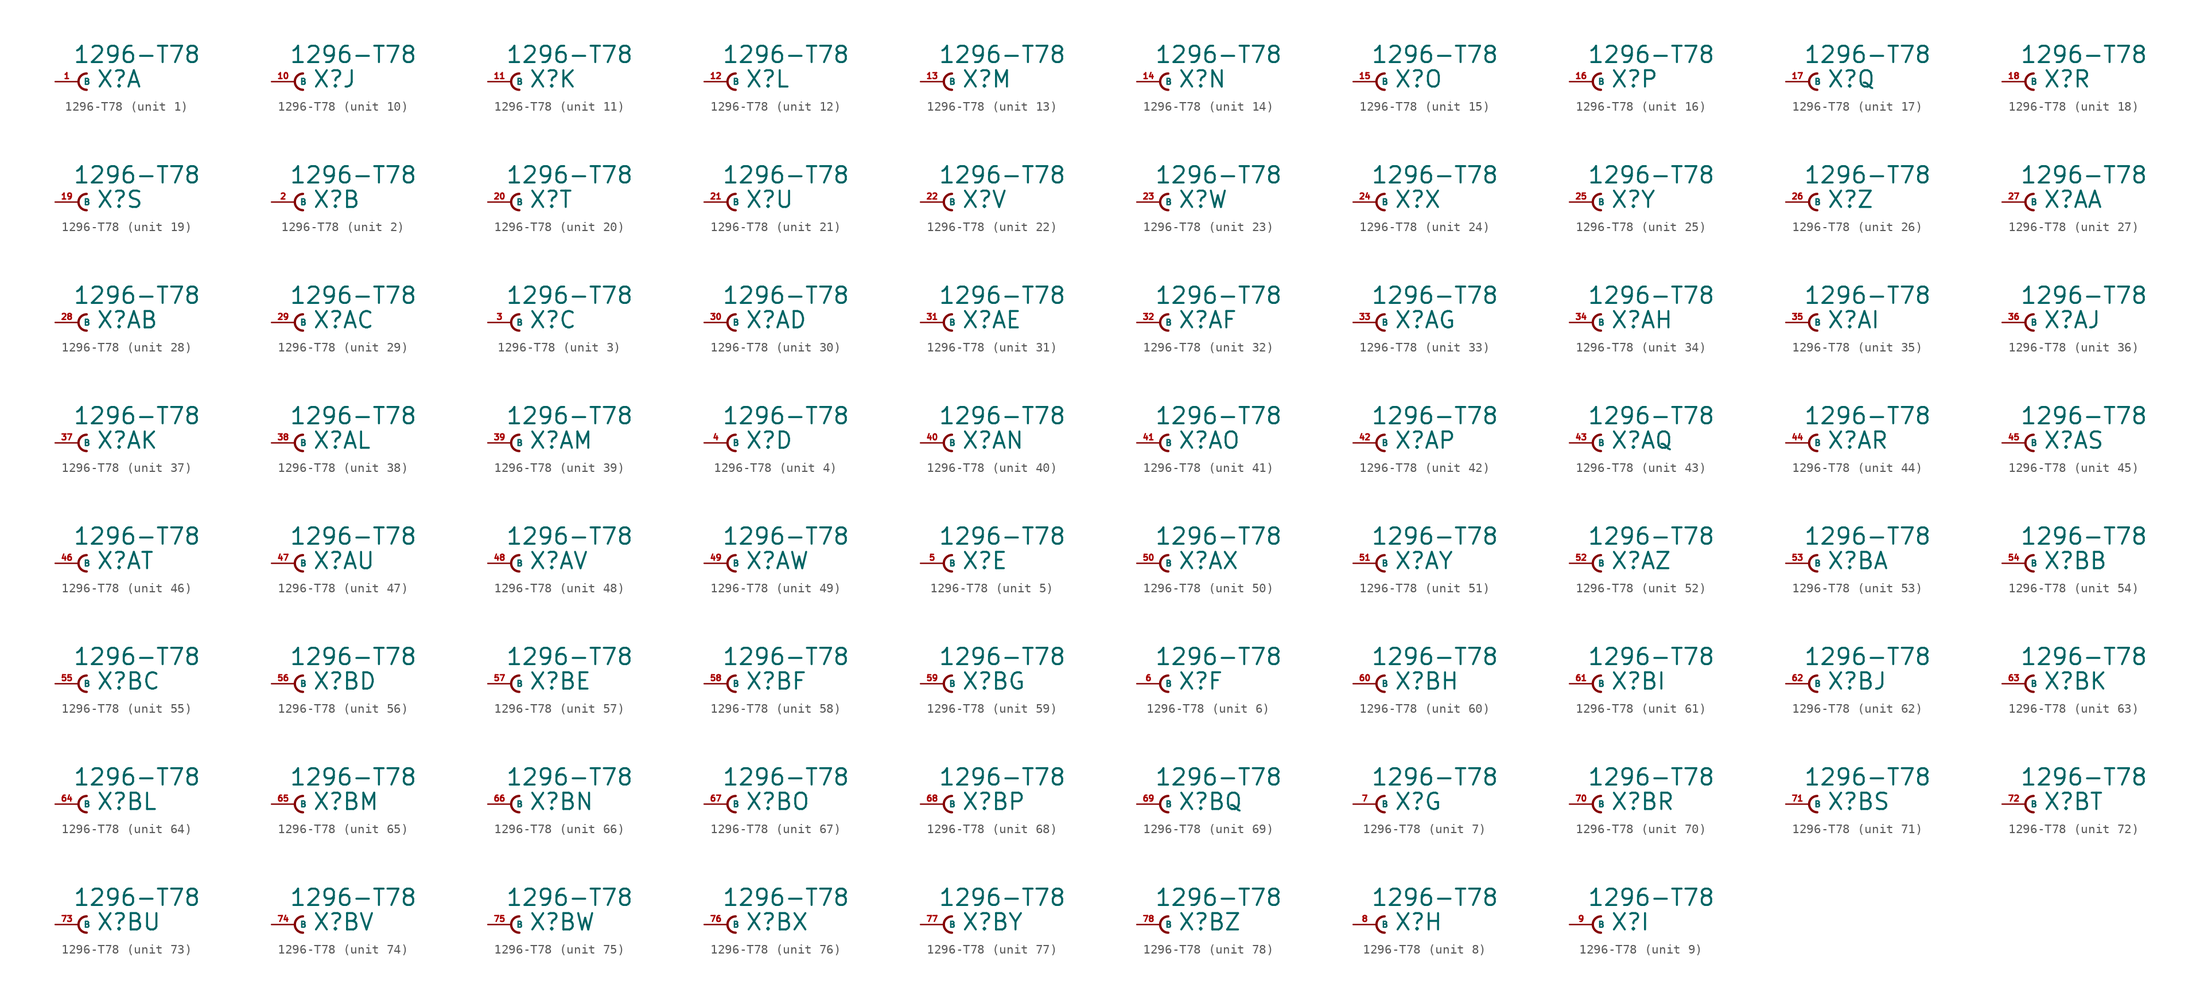
<source format=kicad_sym>
(kicad_symbol_lib
  (version 20220914)
  (generator Eagle2Kicad)
  (symbol "1296-T78"
    (property "Reference" "X"
      (at 1.905 -0.762 0)
      (effects (font (size 1.778 1.778) (thickness 0.22)) (justify left bottom)))
    (property "Value" "1296-T78"
      (at -0.635 1.905 0)
      (effects (font (size 1.778 1.778) (thickness 0.22)) (justify left bottom)))
    (symbol "1296-T78_1_0"
      (arc (start 0.889 0.889) (mid 0.000 0.000) (end 0.889 -0.889) (stroke (width 0.254) (type default)) (fill (type none)))
      (pin passive line (at -2.54 0 0) (length 2.54) (name "B" (effects (font (size 0.635 0.635) (thickness 0.08)) (justify left bottom))) (number "1" (effects (font (size 0.635 0.635) (thickness 0.08)) (justify left bottom)))))
    (symbol "1296-T78_2_0"
      (arc (start 0.889 0.889) (mid 0.000 0.000) (end 0.889 -0.889) (stroke (width 0.254) (type default)) (fill (type none)))
      (pin passive line (at -2.54 0 0) (length 2.54) (name "B" (effects (font (size 0.635 0.635) (thickness 0.08)) (justify left bottom))) (number "2" (effects (font (size 0.635 0.635) (thickness 0.08)) (justify left bottom)))))
    (symbol "1296-T78_3_0"
      (arc (start 0.889 0.889) (mid 0.000 0.000) (end 0.889 -0.889) (stroke (width 0.254) (type default)) (fill (type none)))
      (pin passive line (at -2.54 0 0) (length 2.54) (name "B" (effects (font (size 0.635 0.635) (thickness 0.08)) (justify left bottom))) (number "3" (effects (font (size 0.635 0.635) (thickness 0.08)) (justify left bottom)))))
    (symbol "1296-T78_4_0"
      (arc (start 0.889 0.889) (mid 0.000 0.000) (end 0.889 -0.889) (stroke (width 0.254) (type default)) (fill (type none)))
      (pin passive line (at -2.54 0 0) (length 2.54) (name "B" (effects (font (size 0.635 0.635) (thickness 0.08)) (justify left bottom))) (number "4" (effects (font (size 0.635 0.635) (thickness 0.08)) (justify left bottom)))))
    (symbol "1296-T78_5_0"
      (arc (start 0.889 0.889) (mid 0.000 0.000) (end 0.889 -0.889) (stroke (width 0.254) (type default)) (fill (type none)))
      (pin passive line (at -2.54 0 0) (length 2.54) (name "B" (effects (font (size 0.635 0.635) (thickness 0.08)) (justify left bottom))) (number "5" (effects (font (size 0.635 0.635) (thickness 0.08)) (justify left bottom)))))
    (symbol "1296-T78_6_0"
      (arc (start 0.889 0.889) (mid 0.000 0.000) (end 0.889 -0.889) (stroke (width 0.254) (type default)) (fill (type none)))
      (pin passive line (at -2.54 0 0) (length 2.54) (name "B" (effects (font (size 0.635 0.635) (thickness 0.08)) (justify left bottom))) (number "6" (effects (font (size 0.635 0.635) (thickness 0.08)) (justify left bottom)))))
    (symbol "1296-T78_7_0"
      (arc (start 0.889 0.889) (mid 0.000 0.000) (end 0.889 -0.889) (stroke (width 0.254) (type default)) (fill (type none)))
      (pin passive line (at -2.54 0 0) (length 2.54) (name "B" (effects (font (size 0.635 0.635) (thickness 0.08)) (justify left bottom))) (number "7" (effects (font (size 0.635 0.635) (thickness 0.08)) (justify left bottom)))))
    (symbol "1296-T78_8_0"
      (arc (start 0.889 0.889) (mid 0.000 0.000) (end 0.889 -0.889) (stroke (width 0.254) (type default)) (fill (type none)))
      (pin passive line (at -2.54 0 0) (length 2.54) (name "B" (effects (font (size 0.635 0.635) (thickness 0.08)) (justify left bottom))) (number "8" (effects (font (size 0.635 0.635) (thickness 0.08)) (justify left bottom)))))
    (symbol "1296-T78_9_0"
      (arc (start 0.889 0.889) (mid 0.000 0.000) (end 0.889 -0.889) (stroke (width 0.254) (type default)) (fill (type none)))
      (pin passive line (at -2.54 0 0) (length 2.54) (name "B" (effects (font (size 0.635 0.635) (thickness 0.08)) (justify left bottom))) (number "9" (effects (font (size 0.635 0.635) (thickness 0.08)) (justify left bottom)))))
    (symbol "1296-T78_10_0"
      (arc (start 0.889 0.889) (mid 0.000 0.000) (end 0.889 -0.889) (stroke (width 0.254) (type default)) (fill (type none)))
      (pin passive line (at -2.54 0 0) (length 2.54) (name "B" (effects (font (size 0.635 0.635) (thickness 0.08)) (justify left bottom))) (number "10" (effects (font (size 0.635 0.635) (thickness 0.08)) (justify left bottom)))))
    (symbol "1296-T78_11_0"
      (arc (start 0.889 0.889) (mid 0.000 0.000) (end 0.889 -0.889) (stroke (width 0.254) (type default)) (fill (type none)))
      (pin passive line (at -2.54 0 0) (length 2.54) (name "B" (effects (font (size 0.635 0.635) (thickness 0.08)) (justify left bottom))) (number "11" (effects (font (size 0.635 0.635) (thickness 0.08)) (justify left bottom)))))
    (symbol "1296-T78_12_0"
      (arc (start 0.889 0.889) (mid 0.000 0.000) (end 0.889 -0.889) (stroke (width 0.254) (type default)) (fill (type none)))
      (pin passive line (at -2.54 0 0) (length 2.54) (name "B" (effects (font (size 0.635 0.635) (thickness 0.08)) (justify left bottom))) (number "12" (effects (font (size 0.635 0.635) (thickness 0.08)) (justify left bottom)))))
    (symbol "1296-T78_13_0"
      (arc (start 0.889 0.889) (mid 0.000 0.000) (end 0.889 -0.889) (stroke (width 0.254) (type default)) (fill (type none)))
      (pin passive line (at -2.54 0 0) (length 2.54) (name "B" (effects (font (size 0.635 0.635) (thickness 0.08)) (justify left bottom))) (number "13" (effects (font (size 0.635 0.635) (thickness 0.08)) (justify left bottom)))))
    (symbol "1296-T78_14_0"
      (arc (start 0.889 0.889) (mid 0.000 0.000) (end 0.889 -0.889) (stroke (width 0.254) (type default)) (fill (type none)))
      (pin passive line (at -2.54 0 0) (length 2.54) (name "B" (effects (font (size 0.635 0.635) (thickness 0.08)) (justify left bottom))) (number "14" (effects (font (size 0.635 0.635) (thickness 0.08)) (justify left bottom)))))
    (symbol "1296-T78_15_0"
      (arc (start 0.889 0.889) (mid 0.000 0.000) (end 0.889 -0.889) (stroke (width 0.254) (type default)) (fill (type none)))
      (pin passive line (at -2.54 0 0) (length 2.54) (name "B" (effects (font (size 0.635 0.635) (thickness 0.08)) (justify left bottom))) (number "15" (effects (font (size 0.635 0.635) (thickness 0.08)) (justify left bottom)))))
    (symbol "1296-T78_16_0"
      (arc (start 0.889 0.889) (mid 0.000 0.000) (end 0.889 -0.889) (stroke (width 0.254) (type default)) (fill (type none)))
      (pin passive line (at -2.54 0 0) (length 2.54) (name "B" (effects (font (size 0.635 0.635) (thickness 0.08)) (justify left bottom))) (number "16" (effects (font (size 0.635 0.635) (thickness 0.08)) (justify left bottom)))))
    (symbol "1296-T78_17_0"
      (arc (start 0.889 0.889) (mid 0.000 0.000) (end 0.889 -0.889) (stroke (width 0.254) (type default)) (fill (type none)))
      (pin passive line (at -2.54 0 0) (length 2.54) (name "B" (effects (font (size 0.635 0.635) (thickness 0.08)) (justify left bottom))) (number "17" (effects (font (size 0.635 0.635) (thickness 0.08)) (justify left bottom)))))
    (symbol "1296-T78_18_0"
      (arc (start 0.889 0.889) (mid 0.000 0.000) (end 0.889 -0.889) (stroke (width 0.254) (type default)) (fill (type none)))
      (pin passive line (at -2.54 0 0) (length 2.54) (name "B" (effects (font (size 0.635 0.635) (thickness 0.08)) (justify left bottom))) (number "18" (effects (font (size 0.635 0.635) (thickness 0.08)) (justify left bottom)))))
    (symbol "1296-T78_19_0"
      (arc (start 0.889 0.889) (mid 0.000 0.000) (end 0.889 -0.889) (stroke (width 0.254) (type default)) (fill (type none)))
      (pin passive line (at -2.54 0 0) (length 2.54) (name "B" (effects (font (size 0.635 0.635) (thickness 0.08)) (justify left bottom))) (number "19" (effects (font (size 0.635 0.635) (thickness 0.08)) (justify left bottom)))))
    (symbol "1296-T78_20_0"
      (arc (start 0.889 0.889) (mid 0.000 0.000) (end 0.889 -0.889) (stroke (width 0.254) (type default)) (fill (type none)))
      (pin passive line (at -2.54 0 0) (length 2.54) (name "B" (effects (font (size 0.635 0.635) (thickness 0.08)) (justify left bottom))) (number "20" (effects (font (size 0.635 0.635) (thickness 0.08)) (justify left bottom)))))
    (symbol "1296-T78_21_0"
      (arc (start 0.889 0.889) (mid 0.000 0.000) (end 0.889 -0.889) (stroke (width 0.254) (type default)) (fill (type none)))
      (pin passive line (at -2.54 0 0) (length 2.54) (name "B" (effects (font (size 0.635 0.635) (thickness 0.08)) (justify left bottom))) (number "21" (effects (font (size 0.635 0.635) (thickness 0.08)) (justify left bottom)))))
    (symbol "1296-T78_22_0"
      (arc (start 0.889 0.889) (mid 0.000 0.000) (end 0.889 -0.889) (stroke (width 0.254) (type default)) (fill (type none)))
      (pin passive line (at -2.54 0 0) (length 2.54) (name "B" (effects (font (size 0.635 0.635) (thickness 0.08)) (justify left bottom))) (number "22" (effects (font (size 0.635 0.635) (thickness 0.08)) (justify left bottom)))))
    (symbol "1296-T78_23_0"
      (arc (start 0.889 0.889) (mid 0.000 0.000) (end 0.889 -0.889) (stroke (width 0.254) (type default)) (fill (type none)))
      (pin passive line (at -2.54 0 0) (length 2.54) (name "B" (effects (font (size 0.635 0.635) (thickness 0.08)) (justify left bottom))) (number "23" (effects (font (size 0.635 0.635) (thickness 0.08)) (justify left bottom)))))
    (symbol "1296-T78_24_0"
      (arc (start 0.889 0.889) (mid 0.000 0.000) (end 0.889 -0.889) (stroke (width 0.254) (type default)) (fill (type none)))
      (pin passive line (at -2.54 0 0) (length 2.54) (name "B" (effects (font (size 0.635 0.635) (thickness 0.08)) (justify left bottom))) (number "24" (effects (font (size 0.635 0.635) (thickness 0.08)) (justify left bottom)))))
    (symbol "1296-T78_25_0"
      (arc (start 0.889 0.889) (mid 0.000 0.000) (end 0.889 -0.889) (stroke (width 0.254) (type default)) (fill (type none)))
      (pin passive line (at -2.54 0 0) (length 2.54) (name "B" (effects (font (size 0.635 0.635) (thickness 0.08)) (justify left bottom))) (number "25" (effects (font (size 0.635 0.635) (thickness 0.08)) (justify left bottom)))))
    (symbol "1296-T78_26_0"
      (arc (start 0.889 0.889) (mid 0.000 0.000) (end 0.889 -0.889) (stroke (width 0.254) (type default)) (fill (type none)))
      (pin passive line (at -2.54 0 0) (length 2.54) (name "B" (effects (font (size 0.635 0.635) (thickness 0.08)) (justify left bottom))) (number "26" (effects (font (size 0.635 0.635) (thickness 0.08)) (justify left bottom)))))
    (symbol "1296-T78_27_0"
      (arc (start 0.889 0.889) (mid 0.000 0.000) (end 0.889 -0.889) (stroke (width 0.254) (type default)) (fill (type none)))
      (pin passive line (at -2.54 0 0) (length 2.54) (name "B" (effects (font (size 0.635 0.635) (thickness 0.08)) (justify left bottom))) (number "27" (effects (font (size 0.635 0.635) (thickness 0.08)) (justify left bottom)))))
    (symbol "1296-T78_28_0"
      (arc (start 0.889 0.889) (mid 0.000 0.000) (end 0.889 -0.889) (stroke (width 0.254) (type default)) (fill (type none)))
      (pin passive line (at -2.54 0 0) (length 2.54) (name "B" (effects (font (size 0.635 0.635) (thickness 0.08)) (justify left bottom))) (number "28" (effects (font (size 0.635 0.635) (thickness 0.08)) (justify left bottom)))))
    (symbol "1296-T78_29_0"
      (arc (start 0.889 0.889) (mid 0.000 0.000) (end 0.889 -0.889) (stroke (width 0.254) (type default)) (fill (type none)))
      (pin passive line (at -2.54 0 0) (length 2.54) (name "B" (effects (font (size 0.635 0.635) (thickness 0.08)) (justify left bottom))) (number "29" (effects (font (size 0.635 0.635) (thickness 0.08)) (justify left bottom)))))
    (symbol "1296-T78_30_0"
      (arc (start 0.889 0.889) (mid 0.000 0.000) (end 0.889 -0.889) (stroke (width 0.254) (type default)) (fill (type none)))
      (pin passive line (at -2.54 0 0) (length 2.54) (name "B" (effects (font (size 0.635 0.635) (thickness 0.08)) (justify left bottom))) (number "30" (effects (font (size 0.635 0.635) (thickness 0.08)) (justify left bottom)))))
    (symbol "1296-T78_31_0"
      (arc (start 0.889 0.889) (mid 0.000 0.000) (end 0.889 -0.889) (stroke (width 0.254) (type default)) (fill (type none)))
      (pin passive line (at -2.54 0 0) (length 2.54) (name "B" (effects (font (size 0.635 0.635) (thickness 0.08)) (justify left bottom))) (number "31" (effects (font (size 0.635 0.635) (thickness 0.08)) (justify left bottom)))))
    (symbol "1296-T78_32_0"
      (arc (start 0.889 0.889) (mid 0.000 0.000) (end 0.889 -0.889) (stroke (width 0.254) (type default)) (fill (type none)))
      (pin passive line (at -2.54 0 0) (length 2.54) (name "B" (effects (font (size 0.635 0.635) (thickness 0.08)) (justify left bottom))) (number "32" (effects (font (size 0.635 0.635) (thickness 0.08)) (justify left bottom)))))
    (symbol "1296-T78_33_0"
      (arc (start 0.889 0.889) (mid 0.000 0.000) (end 0.889 -0.889) (stroke (width 0.254) (type default)) (fill (type none)))
      (pin passive line (at -2.54 0 0) (length 2.54) (name "B" (effects (font (size 0.635 0.635) (thickness 0.08)) (justify left bottom))) (number "33" (effects (font (size 0.635 0.635) (thickness 0.08)) (justify left bottom)))))
    (symbol "1296-T78_34_0"
      (arc (start 0.889 0.889) (mid 0.000 0.000) (end 0.889 -0.889) (stroke (width 0.254) (type default)) (fill (type none)))
      (pin passive line (at -2.54 0 0) (length 2.54) (name "B" (effects (font (size 0.635 0.635) (thickness 0.08)) (justify left bottom))) (number "34" (effects (font (size 0.635 0.635) (thickness 0.08)) (justify left bottom)))))
    (symbol "1296-T78_35_0"
      (arc (start 0.889 0.889) (mid 0.000 0.000) (end 0.889 -0.889) (stroke (width 0.254) (type default)) (fill (type none)))
      (pin passive line (at -2.54 0 0) (length 2.54) (name "B" (effects (font (size 0.635 0.635) (thickness 0.08)) (justify left bottom))) (number "35" (effects (font (size 0.635 0.635) (thickness 0.08)) (justify left bottom)))))
    (symbol "1296-T78_36_0"
      (arc (start 0.889 0.889) (mid 0.000 0.000) (end 0.889 -0.889) (stroke (width 0.254) (type default)) (fill (type none)))
      (pin passive line (at -2.54 0 0) (length 2.54) (name "B" (effects (font (size 0.635 0.635) (thickness 0.08)) (justify left bottom))) (number "36" (effects (font (size 0.635 0.635) (thickness 0.08)) (justify left bottom)))))
    (symbol "1296-T78_37_0"
      (arc (start 0.889 0.889) (mid 0.000 0.000) (end 0.889 -0.889) (stroke (width 0.254) (type default)) (fill (type none)))
      (pin passive line (at -2.54 0 0) (length 2.54) (name "B" (effects (font (size 0.635 0.635) (thickness 0.08)) (justify left bottom))) (number "37" (effects (font (size 0.635 0.635) (thickness 0.08)) (justify left bottom)))))
    (symbol "1296-T78_38_0"
      (arc (start 0.889 0.889) (mid 0.000 0.000) (end 0.889 -0.889) (stroke (width 0.254) (type default)) (fill (type none)))
      (pin passive line (at -2.54 0 0) (length 2.54) (name "B" (effects (font (size 0.635 0.635) (thickness 0.08)) (justify left bottom))) (number "38" (effects (font (size 0.635 0.635) (thickness 0.08)) (justify left bottom)))))
    (symbol "1296-T78_39_0"
      (arc (start 0.889 0.889) (mid 0.000 0.000) (end 0.889 -0.889) (stroke (width 0.254) (type default)) (fill (type none)))
      (pin passive line (at -2.54 0 0) (length 2.54) (name "B" (effects (font (size 0.635 0.635) (thickness 0.08)) (justify left bottom))) (number "39" (effects (font (size 0.635 0.635) (thickness 0.08)) (justify left bottom)))))
    (symbol "1296-T78_40_0"
      (arc (start 0.889 0.889) (mid 0.000 0.000) (end 0.889 -0.889) (stroke (width 0.254) (type default)) (fill (type none)))
      (pin passive line (at -2.54 0 0) (length 2.54) (name "B" (effects (font (size 0.635 0.635) (thickness 0.08)) (justify left bottom))) (number "40" (effects (font (size 0.635 0.635) (thickness 0.08)) (justify left bottom)))))
    (symbol "1296-T78_41_0"
      (arc (start 0.889 0.889) (mid 0.000 0.000) (end 0.889 -0.889) (stroke (width 0.254) (type default)) (fill (type none)))
      (pin passive line (at -2.54 0 0) (length 2.54) (name "B" (effects (font (size 0.635 0.635) (thickness 0.08)) (justify left bottom))) (number "41" (effects (font (size 0.635 0.635) (thickness 0.08)) (justify left bottom)))))
    (symbol "1296-T78_42_0"
      (arc (start 0.889 0.889) (mid 0.000 0.000) (end 0.889 -0.889) (stroke (width 0.254) (type default)) (fill (type none)))
      (pin passive line (at -2.54 0 0) (length 2.54) (name "B" (effects (font (size 0.635 0.635) (thickness 0.08)) (justify left bottom))) (number "42" (effects (font (size 0.635 0.635) (thickness 0.08)) (justify left bottom)))))
    (symbol "1296-T78_43_0"
      (arc (start 0.889 0.889) (mid 0.000 0.000) (end 0.889 -0.889) (stroke (width 0.254) (type default)) (fill (type none)))
      (pin passive line (at -2.54 0 0) (length 2.54) (name "B" (effects (font (size 0.635 0.635) (thickness 0.08)) (justify left bottom))) (number "43" (effects (font (size 0.635 0.635) (thickness 0.08)) (justify left bottom)))))
    (symbol "1296-T78_44_0"
      (arc (start 0.889 0.889) (mid 0.000 0.000) (end 0.889 -0.889) (stroke (width 0.254) (type default)) (fill (type none)))
      (pin passive line (at -2.54 0 0) (length 2.54) (name "B" (effects (font (size 0.635 0.635) (thickness 0.08)) (justify left bottom))) (number "44" (effects (font (size 0.635 0.635) (thickness 0.08)) (justify left bottom)))))
    (symbol "1296-T78_45_0"
      (arc (start 0.889 0.889) (mid 0.000 0.000) (end 0.889 -0.889) (stroke (width 0.254) (type default)) (fill (type none)))
      (pin passive line (at -2.54 0 0) (length 2.54) (name "B" (effects (font (size 0.635 0.635) (thickness 0.08)) (justify left bottom))) (number "45" (effects (font (size 0.635 0.635) (thickness 0.08)) (justify left bottom)))))
    (symbol "1296-T78_46_0"
      (arc (start 0.889 0.889) (mid 0.000 0.000) (end 0.889 -0.889) (stroke (width 0.254) (type default)) (fill (type none)))
      (pin passive line (at -2.54 0 0) (length 2.54) (name "B" (effects (font (size 0.635 0.635) (thickness 0.08)) (justify left bottom))) (number "46" (effects (font (size 0.635 0.635) (thickness 0.08)) (justify left bottom)))))
    (symbol "1296-T78_47_0"
      (arc (start 0.889 0.889) (mid 0.000 0.000) (end 0.889 -0.889) (stroke (width 0.254) (type default)) (fill (type none)))
      (pin passive line (at -2.54 0 0) (length 2.54) (name "B" (effects (font (size 0.635 0.635) (thickness 0.08)) (justify left bottom))) (number "47" (effects (font (size 0.635 0.635) (thickness 0.08)) (justify left bottom)))))
    (symbol "1296-T78_48_0"
      (arc (start 0.889 0.889) (mid 0.000 0.000) (end 0.889 -0.889) (stroke (width 0.254) (type default)) (fill (type none)))
      (pin passive line (at -2.54 0 0) (length 2.54) (name "B" (effects (font (size 0.635 0.635) (thickness 0.08)) (justify left bottom))) (number "48" (effects (font (size 0.635 0.635) (thickness 0.08)) (justify left bottom)))))
    (symbol "1296-T78_49_0"
      (arc (start 0.889 0.889) (mid 0.000 0.000) (end 0.889 -0.889) (stroke (width 0.254) (type default)) (fill (type none)))
      (pin passive line (at -2.54 0 0) (length 2.54) (name "B" (effects (font (size 0.635 0.635) (thickness 0.08)) (justify left bottom))) (number "49" (effects (font (size 0.635 0.635) (thickness 0.08)) (justify left bottom)))))
    (symbol "1296-T78_50_0"
      (arc (start 0.889 0.889) (mid 0.000 0.000) (end 0.889 -0.889) (stroke (width 0.254) (type default)) (fill (type none)))
      (pin passive line (at -2.54 0 0) (length 2.54) (name "B" (effects (font (size 0.635 0.635) (thickness 0.08)) (justify left bottom))) (number "50" (effects (font (size 0.635 0.635) (thickness 0.08)) (justify left bottom)))))
    (symbol "1296-T78_51_0"
      (arc (start 0.889 0.889) (mid 0.000 0.000) (end 0.889 -0.889) (stroke (width 0.254) (type default)) (fill (type none)))
      (pin passive line (at -2.54 0 0) (length 2.54) (name "B" (effects (font (size 0.635 0.635) (thickness 0.08)) (justify left bottom))) (number "51" (effects (font (size 0.635 0.635) (thickness 0.08)) (justify left bottom)))))
    (symbol "1296-T78_52_0"
      (arc (start 0.889 0.889) (mid 0.000 0.000) (end 0.889 -0.889) (stroke (width 0.254) (type default)) (fill (type none)))
      (pin passive line (at -2.54 0 0) (length 2.54) (name "B" (effects (font (size 0.635 0.635) (thickness 0.08)) (justify left bottom))) (number "52" (effects (font (size 0.635 0.635) (thickness 0.08)) (justify left bottom)))))
    (symbol "1296-T78_53_0"
      (arc (start 0.889 0.889) (mid 0.000 0.000) (end 0.889 -0.889) (stroke (width 0.254) (type default)) (fill (type none)))
      (pin passive line (at -2.54 0 0) (length 2.54) (name "B" (effects (font (size 0.635 0.635) (thickness 0.08)) (justify left bottom))) (number "53" (effects (font (size 0.635 0.635) (thickness 0.08)) (justify left bottom)))))
    (symbol "1296-T78_54_0"
      (arc (start 0.889 0.889) (mid 0.000 0.000) (end 0.889 -0.889) (stroke (width 0.254) (type default)) (fill (type none)))
      (pin passive line (at -2.54 0 0) (length 2.54) (name "B" (effects (font (size 0.635 0.635) (thickness 0.08)) (justify left bottom))) (number "54" (effects (font (size 0.635 0.635) (thickness 0.08)) (justify left bottom)))))
    (symbol "1296-T78_55_0"
      (arc (start 0.889 0.889) (mid 0.000 0.000) (end 0.889 -0.889) (stroke (width 0.254) (type default)) (fill (type none)))
      (pin passive line (at -2.54 0 0) (length 2.54) (name "B" (effects (font (size 0.635 0.635) (thickness 0.08)) (justify left bottom))) (number "55" (effects (font (size 0.635 0.635) (thickness 0.08)) (justify left bottom)))))
    (symbol "1296-T78_56_0"
      (arc (start 0.889 0.889) (mid 0.000 0.000) (end 0.889 -0.889) (stroke (width 0.254) (type default)) (fill (type none)))
      (pin passive line (at -2.54 0 0) (length 2.54) (name "B" (effects (font (size 0.635 0.635) (thickness 0.08)) (justify left bottom))) (number "56" (effects (font (size 0.635 0.635) (thickness 0.08)) (justify left bottom)))))
    (symbol "1296-T78_57_0"
      (arc (start 0.889 0.889) (mid 0.000 0.000) (end 0.889 -0.889) (stroke (width 0.254) (type default)) (fill (type none)))
      (pin passive line (at -2.54 0 0) (length 2.54) (name "B" (effects (font (size 0.635 0.635) (thickness 0.08)) (justify left bottom))) (number "57" (effects (font (size 0.635 0.635) (thickness 0.08)) (justify left bottom)))))
    (symbol "1296-T78_58_0"
      (arc (start 0.889 0.889) (mid 0.000 0.000) (end 0.889 -0.889) (stroke (width 0.254) (type default)) (fill (type none)))
      (pin passive line (at -2.54 0 0) (length 2.54) (name "B" (effects (font (size 0.635 0.635) (thickness 0.08)) (justify left bottom))) (number "58" (effects (font (size 0.635 0.635) (thickness 0.08)) (justify left bottom)))))
    (symbol "1296-T78_59_0"
      (arc (start 0.889 0.889) (mid 0.000 0.000) (end 0.889 -0.889) (stroke (width 0.254) (type default)) (fill (type none)))
      (pin passive line (at -2.54 0 0) (length 2.54) (name "B" (effects (font (size 0.635 0.635) (thickness 0.08)) (justify left bottom))) (number "59" (effects (font (size 0.635 0.635) (thickness 0.08)) (justify left bottom)))))
    (symbol "1296-T78_60_0"
      (arc (start 0.889 0.889) (mid 0.000 0.000) (end 0.889 -0.889) (stroke (width 0.254) (type default)) (fill (type none)))
      (pin passive line (at -2.54 0 0) (length 2.54) (name "B" (effects (font (size 0.635 0.635) (thickness 0.08)) (justify left bottom))) (number "60" (effects (font (size 0.635 0.635) (thickness 0.08)) (justify left bottom)))))
    (symbol "1296-T78_61_0"
      (arc (start 0.889 0.889) (mid 0.000 0.000) (end 0.889 -0.889) (stroke (width 0.254) (type default)) (fill (type none)))
      (pin passive line (at -2.54 0 0) (length 2.54) (name "B" (effects (font (size 0.635 0.635) (thickness 0.08)) (justify left bottom))) (number "61" (effects (font (size 0.635 0.635) (thickness 0.08)) (justify left bottom)))))
    (symbol "1296-T78_62_0"
      (arc (start 0.889 0.889) (mid 0.000 0.000) (end 0.889 -0.889) (stroke (width 0.254) (type default)) (fill (type none)))
      (pin passive line (at -2.54 0 0) (length 2.54) (name "B" (effects (font (size 0.635 0.635) (thickness 0.08)) (justify left bottom))) (number "62" (effects (font (size 0.635 0.635) (thickness 0.08)) (justify left bottom)))))
    (symbol "1296-T78_63_0"
      (arc (start 0.889 0.889) (mid 0.000 0.000) (end 0.889 -0.889) (stroke (width 0.254) (type default)) (fill (type none)))
      (pin passive line (at -2.54 0 0) (length 2.54) (name "B" (effects (font (size 0.635 0.635) (thickness 0.08)) (justify left bottom))) (number "63" (effects (font (size 0.635 0.635) (thickness 0.08)) (justify left bottom)))))
    (symbol "1296-T78_64_0"
      (arc (start 0.889 0.889) (mid 0.000 0.000) (end 0.889 -0.889) (stroke (width 0.254) (type default)) (fill (type none)))
      (pin passive line (at -2.54 0 0) (length 2.54) (name "B" (effects (font (size 0.635 0.635) (thickness 0.08)) (justify left bottom))) (number "64" (effects (font (size 0.635 0.635) (thickness 0.08)) (justify left bottom)))))
    (symbol "1296-T78_65_0"
      (arc (start 0.889 0.889) (mid 0.000 0.000) (end 0.889 -0.889) (stroke (width 0.254) (type default)) (fill (type none)))
      (pin passive line (at -2.54 0 0) (length 2.54) (name "B" (effects (font (size 0.635 0.635) (thickness 0.08)) (justify left bottom))) (number "65" (effects (font (size 0.635 0.635) (thickness 0.08)) (justify left bottom)))))
    (symbol "1296-T78_66_0"
      (arc (start 0.889 0.889) (mid 0.000 0.000) (end 0.889 -0.889) (stroke (width 0.254) (type default)) (fill (type none)))
      (pin passive line (at -2.54 0 0) (length 2.54) (name "B" (effects (font (size 0.635 0.635) (thickness 0.08)) (justify left bottom))) (number "66" (effects (font (size 0.635 0.635) (thickness 0.08)) (justify left bottom)))))
    (symbol "1296-T78_67_0"
      (arc (start 0.889 0.889) (mid 0.000 0.000) (end 0.889 -0.889) (stroke (width 0.254) (type default)) (fill (type none)))
      (pin passive line (at -2.54 0 0) (length 2.54) (name "B" (effects (font (size 0.635 0.635) (thickness 0.08)) (justify left bottom))) (number "67" (effects (font (size 0.635 0.635) (thickness 0.08)) (justify left bottom)))))
    (symbol "1296-T78_68_0"
      (arc (start 0.889 0.889) (mid 0.000 0.000) (end 0.889 -0.889) (stroke (width 0.254) (type default)) (fill (type none)))
      (pin passive line (at -2.54 0 0) (length 2.54) (name "B" (effects (font (size 0.635 0.635) (thickness 0.08)) (justify left bottom))) (number "68" (effects (font (size 0.635 0.635) (thickness 0.08)) (justify left bottom)))))
    (symbol "1296-T78_69_0"
      (arc (start 0.889 0.889) (mid 0.000 0.000) (end 0.889 -0.889) (stroke (width 0.254) (type default)) (fill (type none)))
      (pin passive line (at -2.54 0 0) (length 2.54) (name "B" (effects (font (size 0.635 0.635) (thickness 0.08)) (justify left bottom))) (number "69" (effects (font (size 0.635 0.635) (thickness 0.08)) (justify left bottom)))))
    (symbol "1296-T78_70_0"
      (arc (start 0.889 0.889) (mid 0.000 0.000) (end 0.889 -0.889) (stroke (width 0.254) (type default)) (fill (type none)))
      (pin passive line (at -2.54 0 0) (length 2.54) (name "B" (effects (font (size 0.635 0.635) (thickness 0.08)) (justify left bottom))) (number "70" (effects (font (size 0.635 0.635) (thickness 0.08)) (justify left bottom)))))
    (symbol "1296-T78_71_0"
      (arc (start 0.889 0.889) (mid 0.000 0.000) (end 0.889 -0.889) (stroke (width 0.254) (type default)) (fill (type none)))
      (pin passive line (at -2.54 0 0) (length 2.54) (name "B" (effects (font (size 0.635 0.635) (thickness 0.08)) (justify left bottom))) (number "71" (effects (font (size 0.635 0.635) (thickness 0.08)) (justify left bottom)))))
    (symbol "1296-T78_72_0"
      (arc (start 0.889 0.889) (mid 0.000 0.000) (end 0.889 -0.889) (stroke (width 0.254) (type default)) (fill (type none)))
      (pin passive line (at -2.54 0 0) (length 2.54) (name "B" (effects (font (size 0.635 0.635) (thickness 0.08)) (justify left bottom))) (number "72" (effects (font (size 0.635 0.635) (thickness 0.08)) (justify left bottom)))))
    (symbol "1296-T78_73_0"
      (arc (start 0.889 0.889) (mid 0.000 0.000) (end 0.889 -0.889) (stroke (width 0.254) (type default)) (fill (type none)))
      (pin passive line (at -2.54 0 0) (length 2.54) (name "B" (effects (font (size 0.635 0.635) (thickness 0.08)) (justify left bottom))) (number "73" (effects (font (size 0.635 0.635) (thickness 0.08)) (justify left bottom)))))
    (symbol "1296-T78_74_0"
      (arc (start 0.889 0.889) (mid 0.000 0.000) (end 0.889 -0.889) (stroke (width 0.254) (type default)) (fill (type none)))
      (pin passive line (at -2.54 0 0) (length 2.54) (name "B" (effects (font (size 0.635 0.635) (thickness 0.08)) (justify left bottom))) (number "74" (effects (font (size 0.635 0.635) (thickness 0.08)) (justify left bottom)))))
    (symbol "1296-T78_75_0"
      (arc (start 0.889 0.889) (mid 0.000 0.000) (end 0.889 -0.889) (stroke (width 0.254) (type default)) (fill (type none)))
      (pin passive line (at -2.54 0 0) (length 2.54) (name "B" (effects (font (size 0.635 0.635) (thickness 0.08)) (justify left bottom))) (number "75" (effects (font (size 0.635 0.635) (thickness 0.08)) (justify left bottom)))))
    (symbol "1296-T78_76_0"
      (arc (start 0.889 0.889) (mid 0.000 0.000) (end 0.889 -0.889) (stroke (width 0.254) (type default)) (fill (type none)))
      (pin passive line (at -2.54 0 0) (length 2.54) (name "B" (effects (font (size 0.635 0.635) (thickness 0.08)) (justify left bottom))) (number "76" (effects (font (size 0.635 0.635) (thickness 0.08)) (justify left bottom)))))
    (symbol "1296-T78_77_0"
      (arc (start 0.889 0.889) (mid 0.000 0.000) (end 0.889 -0.889) (stroke (width 0.254) (type default)) (fill (type none)))
      (pin passive line (at -2.54 0 0) (length 2.54) (name "B" (effects (font (size 0.635 0.635) (thickness 0.08)) (justify left bottom))) (number "77" (effects (font (size 0.635 0.635) (thickness 0.08)) (justify left bottom)))))
    (symbol "1296-T78_78_0"
      (arc (start 0.889 0.889) (mid 0.000 0.000) (end 0.889 -0.889) (stroke (width 0.254) (type default)) (fill (type none)))
      (pin passive line (at -2.54 0 0) (length 2.54) (name "B" (effects (font (size 0.635 0.635) (thickness 0.08)) (justify left bottom))) (number "78" (effects (font (size 0.635 0.635) (thickness 0.08)) (justify left bottom)))))))
</source>
